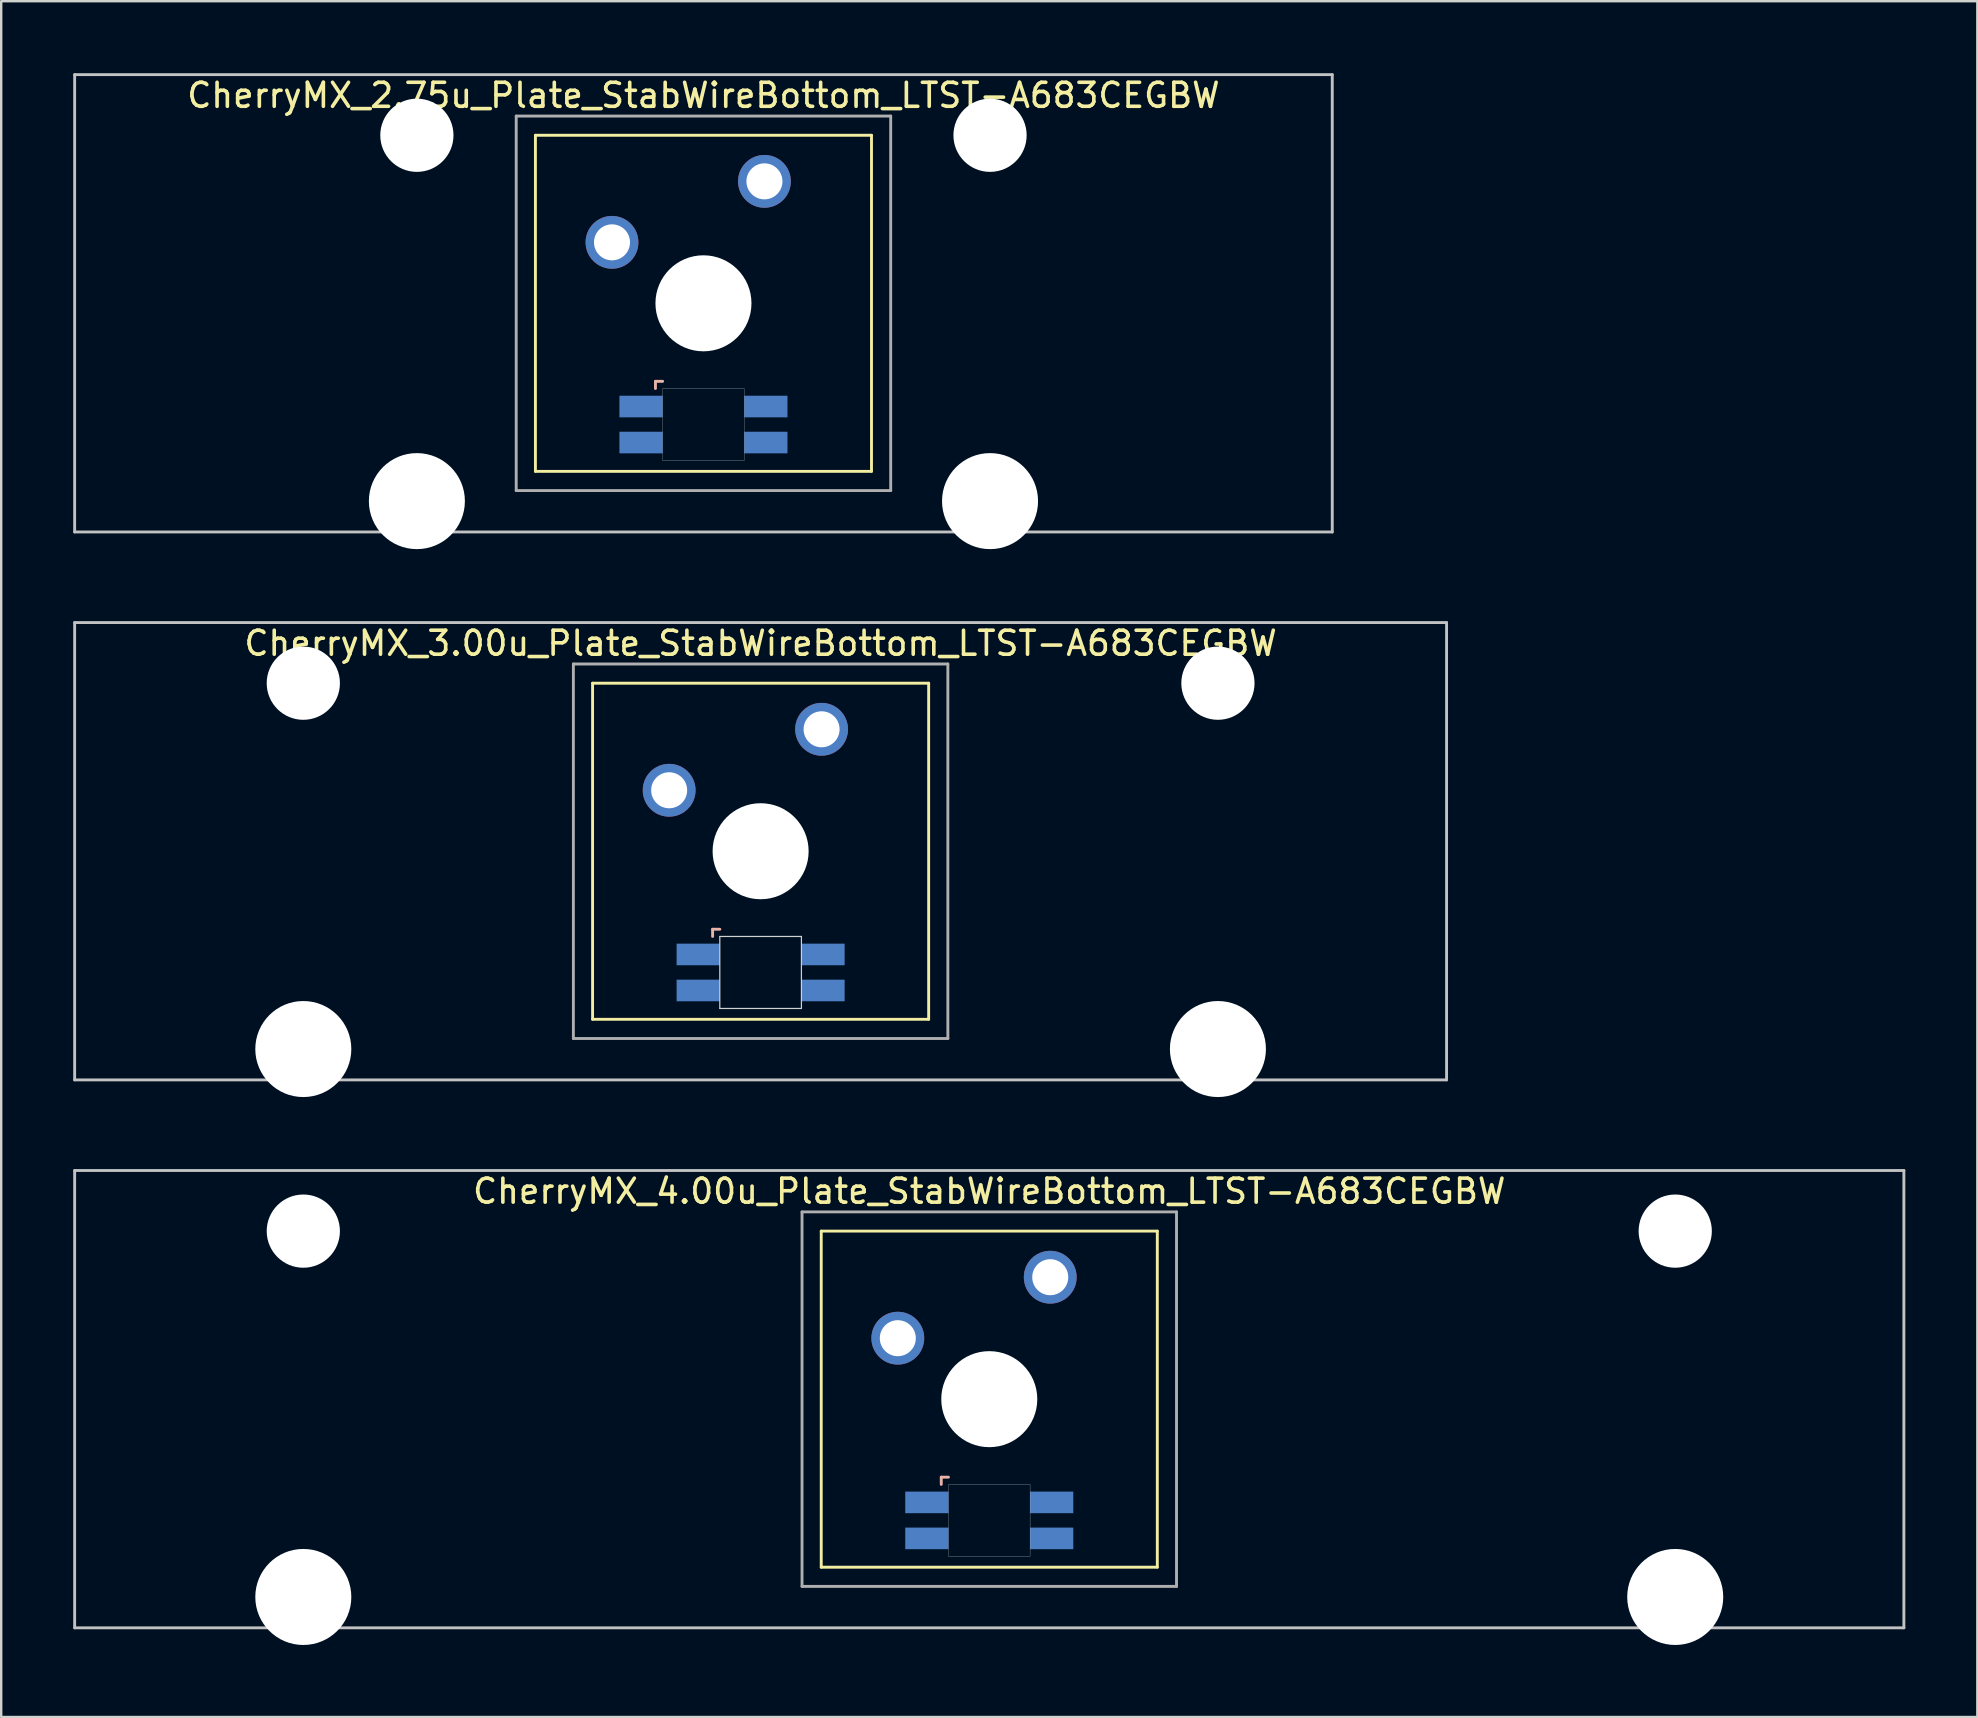
<source format=kicad_pcb>
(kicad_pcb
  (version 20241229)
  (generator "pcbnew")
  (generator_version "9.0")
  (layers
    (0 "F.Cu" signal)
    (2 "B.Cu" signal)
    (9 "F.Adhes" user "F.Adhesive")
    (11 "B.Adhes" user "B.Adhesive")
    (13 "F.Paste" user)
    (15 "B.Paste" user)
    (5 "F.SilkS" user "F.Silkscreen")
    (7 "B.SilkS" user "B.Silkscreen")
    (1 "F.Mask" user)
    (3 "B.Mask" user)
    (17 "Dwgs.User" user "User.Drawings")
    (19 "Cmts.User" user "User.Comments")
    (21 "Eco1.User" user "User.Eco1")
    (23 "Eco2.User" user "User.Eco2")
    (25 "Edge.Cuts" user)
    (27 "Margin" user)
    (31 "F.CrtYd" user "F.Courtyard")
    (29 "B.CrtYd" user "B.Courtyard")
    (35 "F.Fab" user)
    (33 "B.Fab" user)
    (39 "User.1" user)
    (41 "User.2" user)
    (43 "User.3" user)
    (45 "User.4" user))
  (footprint "CherryMX_2.75u_Plate_StabWireBottom_LTST-A683CEGBW"
    (layer "F.Cu")
    (at 26.254 9.585)
    (property "Reference" "CherryMX_2.75u_Plate_StabWireBottom_LTST-A683CEGBW" (at 0 -8.662 0) (layer "F.SilkS") (effects (font (size 1 1) (thickness 0.15))))
    (attr through_hole)
    (fp_line (start -7 -7) (end -7 7) (stroke (width 0.12) (type solid)) (layer "F.SilkS"))
    (fp_line (start -7 -7) (end 7 -7) (stroke (width 0.12) (type solid)) (layer "F.SilkS"))
    (fp_line (start 7 -7) (end 7 7) (stroke (width 0.12) (type solid)) (layer "F.SilkS"))
    (fp_line (start 7 7) (end -7 7) (stroke (width 0.12) (type solid)) (layer "F.SilkS"))
    (fp_line (start -2 3.25) (end -2 3.55) (stroke (width 0.12) (type solid)) (layer "B.SilkS"))
    (fp_line (start -1.7 3.25) (end -2 3.25) (stroke (width 0.12) (type solid)) (layer "B.SilkS"))
    (fp_line (start -26.194 -9.525) (end 26.194 -9.525) (stroke (width 0.12) (type solid)) (layer "Dwgs.User"))
    (fp_line (start -26.194 9.525) (end -26.194 -9.525) (stroke (width 0.12) (type solid)) (layer "Dwgs.User"))
    (fp_line (start 26.194 -9.525) (end 26.194 9.525) (stroke (width 0.12) (type solid)) (layer "Dwgs.User"))
    (fp_line (start 26.194 9.525) (end -26.194 9.525) (stroke (width 0.12) (type solid)) (layer "Dwgs.User"))
    (fp_poly (pts (xy 1.7 6.55) (xy -1.7 6.55) (xy -1.7 3.55) (xy 1.7 3.55)) (stroke (width 0.01) (type solid)) (fill no) (layer "Edge.Cuts"))
    (fp_line (start -7.8 -7.8) (end -7.8 7.8) (stroke (width 0.12) (type solid)) (layer "F.Fab"))
    (fp_line (start -7.8 -7.8) (end 7.8 -7.8) (stroke (width 0.12) (type solid)) (layer "F.Fab"))
    (fp_line (start -7.8 7.8) (end 7.8 7.8) (stroke (width 0.12) (type solid)) (layer "F.Fab"))
    (fp_line (start 7.8 -7.8) (end 7.8 7.8) (stroke (width 0.12) (type solid)) (layer "F.Fab"))
    (pad "" np_thru_hole circle (at -11.938 -7) (size 3.05 3.05) (drill 3.05) (layers "*.Cu" "*.Mask"))
    (pad "" np_thru_hole circle (at -11.938 8.24) (size 4 4) (drill 4) (layers "*.Cu" "*.Mask"))
    (pad "" np_thru_hole circle (at 0 0) (size 4 4) (drill 4) (layers "*.Cu" "*.Mask"))
    (pad "" np_thru_hole circle (at 11.938 -7) (size 3.05 3.05) (drill 3.05) (layers "*.Cu" "*.Mask"))
    (pad "" np_thru_hole circle (at 11.938 8.24) (size 4 4) (drill 4) (layers "*.Cu" "*.Mask"))
    (pad "1" thru_hole circle (at -3.81 -2.54) (size 2.2 2.2) (drill 1.5) (layers "*.Cu" "*.Mask"))
    (pad "2" thru_hole circle (at 2.54 -5.08) (size 2.2 2.2) (drill 1.5) (layers "*.Cu" "*.Mask"))
    (pad "3" smd rect (at -2.6 4.3) (size 1.8 0.9) (layers "B.Cu" "B.Mask" "B.Paste"))
    (pad "4" smd rect (at -2.6 5.8) (size 1.8 0.9) (layers "B.Cu" "B.Mask" "B.Paste"))
    (pad "5" smd rect (at 2.6 4.3) (size 1.8 0.9) (layers "B.Cu" "B.Mask" "B.Paste"))
    (pad "6" smd rect (at 2.6 5.8) (size 1.8 0.9) (layers "B.Cu" "B.Mask" "B.Paste")))
  (footprint "CherryMX_4.00u_Plate_StabWireBottom_LTST-A683CEGBW"
    (layer "F.Cu")
    (at 38.16 55.235)
    (property "Reference" "CherryMX_4.00u_Plate_StabWireBottom_LTST-A683CEGBW" (at 0 -8.662 0) (layer "F.SilkS") (effects (font (size 1 1) (thickness 0.15))))
    (attr through_hole)
    (fp_line (start -7 -7) (end -7 7) (stroke (width 0.12) (type solid)) (layer "F.SilkS"))
    (fp_line (start -7 -7) (end 7 -7) (stroke (width 0.12) (type solid)) (layer "F.SilkS"))
    (fp_line (start 7 -7) (end 7 7) (stroke (width 0.12) (type solid)) (layer "F.SilkS"))
    (fp_line (start 7 7) (end -7 7) (stroke (width 0.12) (type solid)) (layer "F.SilkS"))
    (fp_line (start -2 3.25) (end -2 3.55) (stroke (width 0.12) (type solid)) (layer "B.SilkS"))
    (fp_line (start -1.7 3.25) (end -2 3.25) (stroke (width 0.12) (type solid)) (layer "B.SilkS"))
    (fp_line (start -38.1 -9.525) (end 38.1 -9.525) (stroke (width 0.12) (type solid)) (layer "Dwgs.User"))
    (fp_line (start -38.1 9.525) (end -38.1 -9.525) (stroke (width 0.12) (type solid)) (layer "Dwgs.User"))
    (fp_line (start 38.1 -9.525) (end 38.1 9.525) (stroke (width 0.12) (type solid)) (layer "Dwgs.User"))
    (fp_line (start 38.1 9.525) (end -38.1 9.525) (stroke (width 0.12) (type solid)) (layer "Dwgs.User"))
    (fp_poly (pts (xy 1.7 6.55) (xy -1.7 6.55) (xy -1.7 3.55) (xy 1.7 3.55)) (stroke (width 0.01) (type solid)) (fill no) (layer "Edge.Cuts"))
    (fp_line (start -7.8 -7.8) (end -7.8 7.8) (stroke (width 0.12) (type solid)) (layer "F.Fab"))
    (fp_line (start -7.8 -7.8) (end 7.8 -7.8) (stroke (width 0.12) (type solid)) (layer "F.Fab"))
    (fp_line (start -7.8 7.8) (end 7.8 7.8) (stroke (width 0.12) (type solid)) (layer "F.Fab"))
    (fp_line (start 7.8 -7.8) (end 7.8 7.8) (stroke (width 0.12) (type solid)) (layer "F.Fab"))
    (pad "" np_thru_hole circle (at -28.575 -7) (size 3.05 3.05) (drill 3.05) (layers "*.Cu" "*.Mask"))
    (pad "" np_thru_hole circle (at -28.575 8.24) (size 4 4) (drill 4) (layers "*.Cu" "*.Mask"))
    (pad "" np_thru_hole circle (at 0 0) (size 4 4) (drill 4) (layers "*.Cu" "*.Mask"))
    (pad "" np_thru_hole circle (at 28.575 -7) (size 3.05 3.05) (drill 3.05) (layers "*.Cu" "*.Mask"))
    (pad "" np_thru_hole circle (at 28.575 8.24) (size 4 4) (drill 4) (layers "*.Cu" "*.Mask"))
    (pad "1" thru_hole circle (at -3.81 -2.54) (size 2.2 2.2) (drill 1.5) (layers "*.Cu" "*.Mask"))
    (pad "2" thru_hole circle (at 2.54 -5.08) (size 2.2 2.2) (drill 1.5) (layers "*.Cu" "*.Mask"))
    (pad "3" smd rect (at -2.6 4.3) (size 1.8 0.9) (layers "B.Cu" "B.Mask" "B.Paste"))
    (pad "4" smd rect (at -2.6 5.8) (size 1.8 0.9) (layers "B.Cu" "B.Mask" "B.Paste"))
    (pad "5" smd rect (at 2.6 4.3) (size 1.8 0.9) (layers "B.Cu" "B.Mask" "B.Paste"))
    (pad "6" smd rect (at 2.6 5.8) (size 1.8 0.9) (layers "B.Cu" "B.Mask" "B.Paste")))
  (footprint "CherryMX_3.00u_Plate_StabWireBottom_LTST-A683CEGBW"
    (layer "F.Cu")
    (at 28.635 32.41)
    (property "Reference" "CherryMX_3.00u_Plate_StabWireBottom_LTST-A683CEGBW" (at 0 -8.662 0) (layer "F.SilkS") (effects (font (size 1 1) (thickness 0.15))))
    (attr through_hole)
    (fp_line (start -7 -7) (end -7 7) (stroke (width 0.12) (type solid)) (layer "F.SilkS"))
    (fp_line (start -7 -7) (end 7 -7) (stroke (width 0.12) (type solid)) (layer "F.SilkS"))
    (fp_line (start 7 -7) (end 7 7) (stroke (width 0.12) (type solid)) (layer "F.SilkS"))
    (fp_line (start 7 7) (end -7 7) (stroke (width 0.12) (type solid)) (layer "F.SilkS"))
    (fp_line (start -2 3.25) (end -2 3.55) (stroke (width 0.12) (type solid)) (layer "B.SilkS"))
    (fp_line (start -1.7 3.25) (end -2 3.25) (stroke (width 0.12) (type solid)) (layer "B.SilkS"))
    (fp_line (start -28.575 -9.525) (end 28.575 -9.525) (stroke (width 0.12) (type solid)) (layer "Dwgs.User"))
    (fp_line (start -28.575 9.525) (end -28.575 -9.525) (stroke (width 0.12) (type solid)) (layer "Dwgs.User"))
    (fp_line (start 28.575 -9.525) (end 28.575 9.525) (stroke (width 0.12) (type solid)) (layer "Dwgs.User"))
    (fp_line (start 28.575 9.525) (end -28.575 9.525) (stroke (width 0.12) (type solid)) (layer "Dwgs.User"))
    (fp_line (start -1.7 3.55) (end 1.7 3.55) (stroke (width 0.05) (type solid)) (layer "Edge.Cuts"))
    (fp_line (start -1.7 6.55) (end -1.7 3.55) (stroke (width 0.05) (type solid)) (layer "Edge.Cuts"))
    (fp_line (start 1.7 3.55) (end 1.7 6.55) (stroke (width 0.05) (type solid)) (layer "Edge.Cuts"))
    (fp_line (start 1.7 6.55) (end -1.7 6.55) (stroke (width 0.05) (type solid)) (layer "Edge.Cuts"))
    (fp_line (start -7.8 -7.8) (end -7.8 7.8) (stroke (width 0.12) (type solid)) (layer "F.Fab"))
    (fp_line (start -7.8 -7.8) (end 7.8 -7.8) (stroke (width 0.12) (type solid)) (layer "F.Fab"))
    (fp_line (start -7.8 7.8) (end 7.8 7.8) (stroke (width 0.12) (type solid)) (layer "F.Fab"))
    (fp_line (start 7.8 -7.8) (end 7.8 7.8) (stroke (width 0.12) (type solid)) (layer "F.Fab"))
    (pad "" np_thru_hole circle (at -19.05 -7) (size 3.05 3.05) (drill 3.05) (layers "*.Cu" "*.Mask"))
    (pad "" np_thru_hole circle (at -19.05 8.24) (size 4 4) (drill 4) (layers "*.Cu" "*.Mask"))
    (pad "" np_thru_hole circle (at 0 0) (size 4 4) (drill 4) (layers "*.Cu" "*.Mask"))
    (pad "" np_thru_hole circle (at 19.05 -7) (size 3.05 3.05) (drill 3.05) (layers "*.Cu" "*.Mask"))
    (pad "" np_thru_hole circle (at 19.05 8.24) (size 4 4) (drill 4) (layers "*.Cu" "*.Mask"))
    (pad "1" thru_hole circle (at -3.81 -2.54) (size 2.2 2.2) (drill 1.5) (layers "*.Cu" "*.Mask"))
    (pad "2" thru_hole circle (at 2.54 -5.08) (size 2.2 2.2) (drill 1.5) (layers "*.Cu" "*.Mask"))
    (pad "3" smd rect (at -2.6 4.3) (size 1.8 0.9) (layers "B.Cu" "B.Mask" "B.Paste"))
    (pad "4" smd rect (at -2.6 5.8) (size 1.8 0.9) (layers "B.Cu" "B.Mask" "B.Paste"))
    (pad "5" smd rect (at 2.6 4.3) (size 1.8 0.9) (layers "B.Cu" "B.Mask" "B.Paste"))
    (pad "6" smd rect (at 2.6 5.8) (size 1.8 0.9) (layers "B.Cu" "B.Mask" "B.Paste")))
  (gr_rect
    (start -3 -3)
    (end 79.32 68.475)
    (stroke (width 0.1) (type default))
    (fill no)
    (layer "Edge.Cuts")))
</source>
